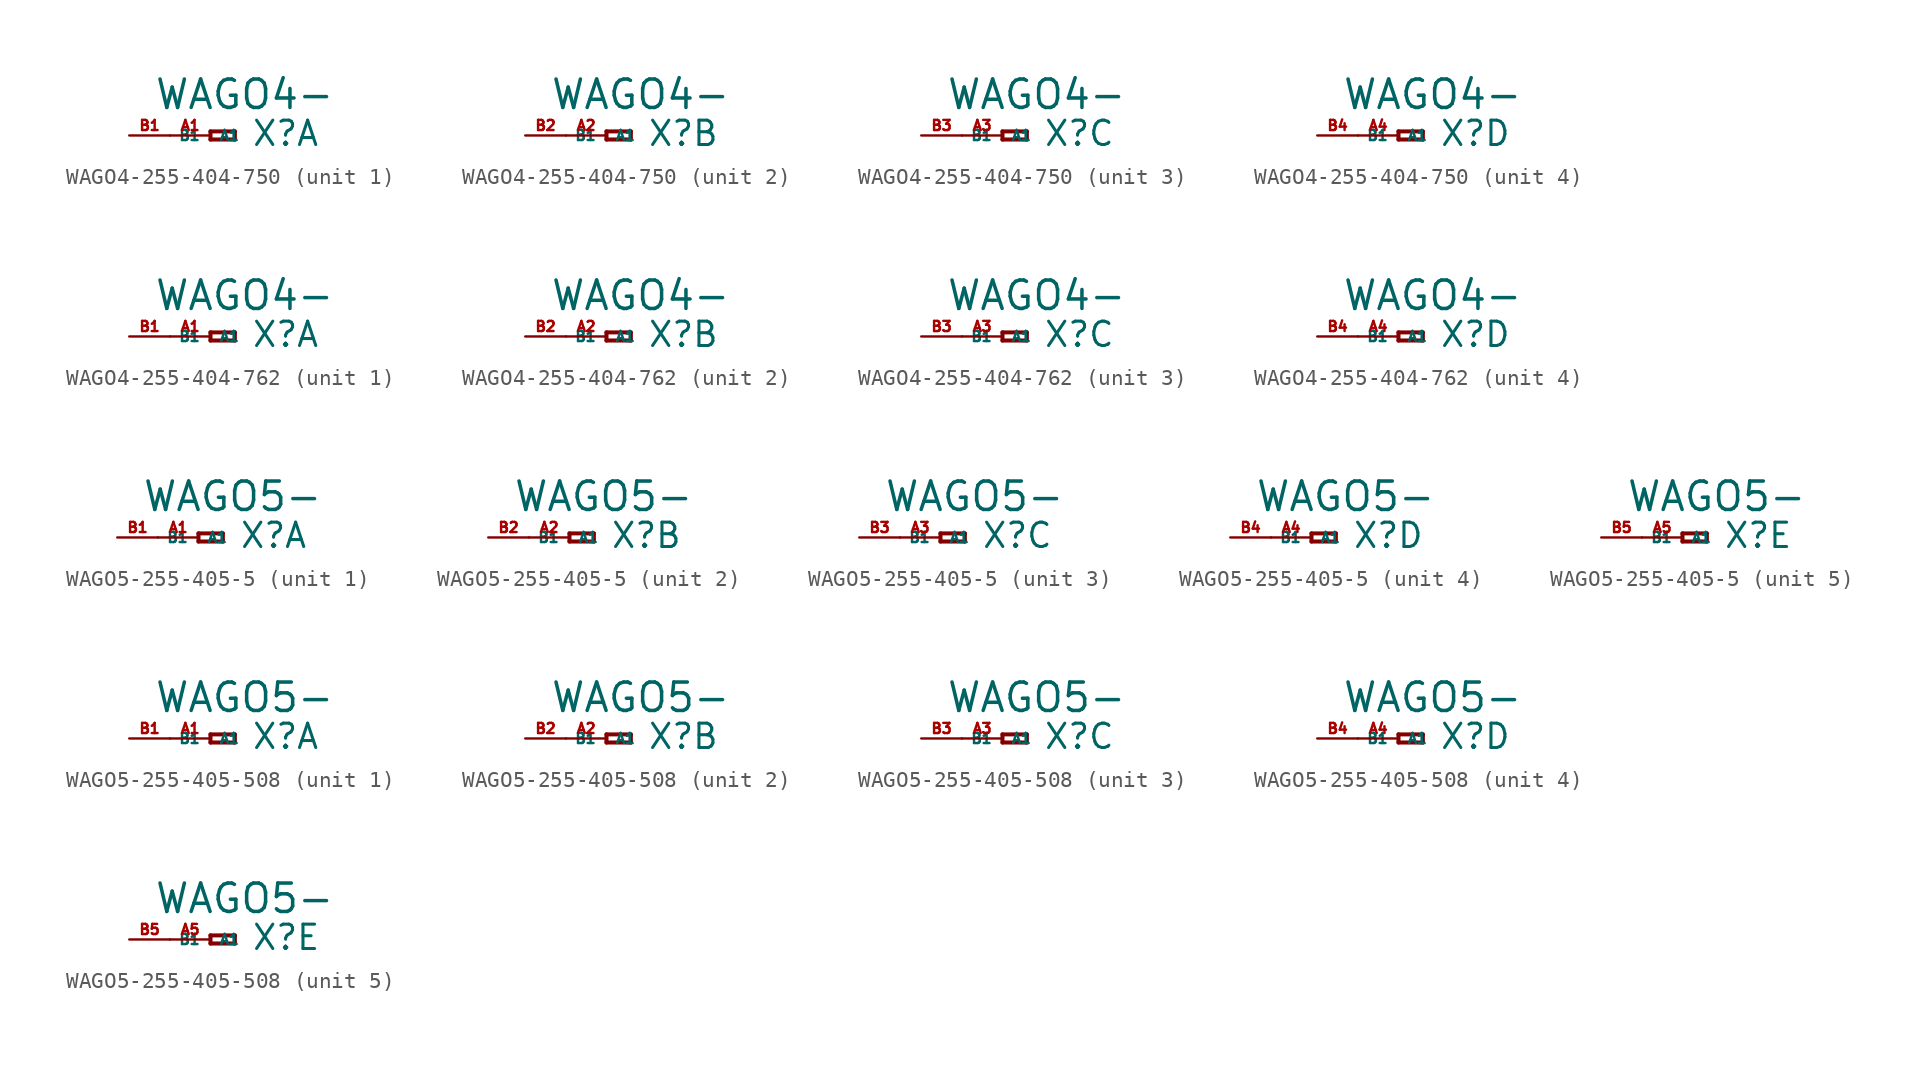
<source format=kicad_sym>
(kicad_symbol_lib
  (version 20220914)
  (generator Eagle2Kicad)
  (symbol "WAGO4-255-404-750"
    (property "Reference" "X"
      (at 2.54 -0.762 0)
      (effects (font (size 1.524 1.524) (thickness 0.19)) (justify left bottom)))
    (property "Value" "WAGO4-"
      (at -3.556 1.524 0)
      (effects (font (size 1.778 1.778) (thickness 0.22)) (justify left bottom)))
    (symbol "WAGO4-255-404-750_1_0"
      (polyline (pts (xy 0 0.254) (xy 0 -0.254)) (stroke (width 0.254) (type default)) (fill (type none)))
      (polyline (pts (xy 0 -0.254) (xy 1.524 -0.254)) (stroke (width 0.254) (type default)) (fill (type none)))
      (polyline (pts (xy 1.524 -0.254) (xy 1.524 0.254)) (stroke (width 0.254) (type default)) (fill (type none)))
      (polyline (pts (xy 1.524 0.254) (xy 0 0.254)) (stroke (width 0.254) (type default)) (fill (type none)))
      (pin passive line (at -2.54 0 0) (length 2.54) (name "A1" (effects (font (size 0.635 0.635) (thickness 0.08)) (justify left bottom))) (number "A1" (effects (font (size 0.635 0.635) (thickness 0.08)) (justify left bottom))))
      (pin passive line (at -5.08 0 0) (length 2.54) (name "B1" (effects (font (size 0.635 0.635) (thickness 0.08)) (justify left bottom))) (number "B1" (effects (font (size 0.635 0.635) (thickness 0.08)) (justify left bottom)))))
    (symbol "WAGO4-255-404-750_2_0"
      (polyline (pts (xy 0 0.254) (xy 0 -0.254)) (stroke (width 0.254) (type default)) (fill (type none)))
      (polyline (pts (xy 0 -0.254) (xy 1.524 -0.254)) (stroke (width 0.254) (type default)) (fill (type none)))
      (polyline (pts (xy 1.524 -0.254) (xy 1.524 0.254)) (stroke (width 0.254) (type default)) (fill (type none)))
      (polyline (pts (xy 1.524 0.254) (xy 0 0.254)) (stroke (width 0.254) (type default)) (fill (type none)))
      (pin passive line (at -2.54 0 0) (length 2.54) (name "A1" (effects (font (size 0.635 0.635) (thickness 0.08)) (justify left bottom))) (number "A2" (effects (font (size 0.635 0.635) (thickness 0.08)) (justify left bottom))))
      (pin passive line (at -5.08 0 0) (length 2.54) (name "B1" (effects (font (size 0.635 0.635) (thickness 0.08)) (justify left bottom))) (number "B2" (effects (font (size 0.635 0.635) (thickness 0.08)) (justify left bottom)))))
    (symbol "WAGO4-255-404-750_3_0"
      (polyline (pts (xy 0 0.254) (xy 0 -0.254)) (stroke (width 0.254) (type default)) (fill (type none)))
      (polyline (pts (xy 0 -0.254) (xy 1.524 -0.254)) (stroke (width 0.254) (type default)) (fill (type none)))
      (polyline (pts (xy 1.524 -0.254) (xy 1.524 0.254)) (stroke (width 0.254) (type default)) (fill (type none)))
      (polyline (pts (xy 1.524 0.254) (xy 0 0.254)) (stroke (width 0.254) (type default)) (fill (type none)))
      (pin passive line (at -2.54 0 0) (length 2.54) (name "A1" (effects (font (size 0.635 0.635) (thickness 0.08)) (justify left bottom))) (number "A3" (effects (font (size 0.635 0.635) (thickness 0.08)) (justify left bottom))))
      (pin passive line (at -5.08 0 0) (length 2.54) (name "B1" (effects (font (size 0.635 0.635) (thickness 0.08)) (justify left bottom))) (number "B3" (effects (font (size 0.635 0.635) (thickness 0.08)) (justify left bottom)))))
    (symbol "WAGO4-255-404-750_4_0"
      (polyline (pts (xy 0 0.254) (xy 0 -0.254)) (stroke (width 0.254) (type default)) (fill (type none)))
      (polyline (pts (xy 0 -0.254) (xy 1.524 -0.254)) (stroke (width 0.254) (type default)) (fill (type none)))
      (polyline (pts (xy 1.524 -0.254) (xy 1.524 0.254)) (stroke (width 0.254) (type default)) (fill (type none)))
      (polyline (pts (xy 1.524 0.254) (xy 0 0.254)) (stroke (width 0.254) (type default)) (fill (type none)))
      (pin passive line (at -2.54 0 0) (length 2.54) (name "A1" (effects (font (size 0.635 0.635) (thickness 0.08)) (justify left bottom))) (number "A4" (effects (font (size 0.635 0.635) (thickness 0.08)) (justify left bottom))))
      (pin passive line (at -5.08 0 0) (length 2.54) (name "B1" (effects (font (size 0.635 0.635) (thickness 0.08)) (justify left bottom))) (number "B4" (effects (font (size 0.635 0.635) (thickness 0.08)) (justify left bottom))))))
  (symbol "WAGO4-255-404-762"
    (property "Reference" "X"
      (at 2.54 -0.762 0)
      (effects (font (size 1.524 1.524) (thickness 0.19)) (justify left bottom)))
    (property "Value" "WAGO4-"
      (at -3.556 1.524 0)
      (effects (font (size 1.778 1.778) (thickness 0.22)) (justify left bottom)))
    (symbol "WAGO4-255-404-762_1_0"
      (polyline (pts (xy 0 0.254) (xy 0 -0.254)) (stroke (width 0.254) (type default)) (fill (type none)))
      (polyline (pts (xy 0 -0.254) (xy 1.524 -0.254)) (stroke (width 0.254) (type default)) (fill (type none)))
      (polyline (pts (xy 1.524 -0.254) (xy 1.524 0.254)) (stroke (width 0.254) (type default)) (fill (type none)))
      (polyline (pts (xy 1.524 0.254) (xy 0 0.254)) (stroke (width 0.254) (type default)) (fill (type none)))
      (pin passive line (at -2.54 0 0) (length 2.54) (name "A1" (effects (font (size 0.635 0.635) (thickness 0.08)) (justify left bottom))) (number "A1" (effects (font (size 0.635 0.635) (thickness 0.08)) (justify left bottom))))
      (pin passive line (at -5.08 0 0) (length 2.54) (name "B1" (effects (font (size 0.635 0.635) (thickness 0.08)) (justify left bottom))) (number "B1" (effects (font (size 0.635 0.635) (thickness 0.08)) (justify left bottom)))))
    (symbol "WAGO4-255-404-762_2_0"
      (polyline (pts (xy 0 0.254) (xy 0 -0.254)) (stroke (width 0.254) (type default)) (fill (type none)))
      (polyline (pts (xy 0 -0.254) (xy 1.524 -0.254)) (stroke (width 0.254) (type default)) (fill (type none)))
      (polyline (pts (xy 1.524 -0.254) (xy 1.524 0.254)) (stroke (width 0.254) (type default)) (fill (type none)))
      (polyline (pts (xy 1.524 0.254) (xy 0 0.254)) (stroke (width 0.254) (type default)) (fill (type none)))
      (pin passive line (at -2.54 0 0) (length 2.54) (name "A1" (effects (font (size 0.635 0.635) (thickness 0.08)) (justify left bottom))) (number "A2" (effects (font (size 0.635 0.635) (thickness 0.08)) (justify left bottom))))
      (pin passive line (at -5.08 0 0) (length 2.54) (name "B1" (effects (font (size 0.635 0.635) (thickness 0.08)) (justify left bottom))) (number "B2" (effects (font (size 0.635 0.635) (thickness 0.08)) (justify left bottom)))))
    (symbol "WAGO4-255-404-762_3_0"
      (polyline (pts (xy 0 0.254) (xy 0 -0.254)) (stroke (width 0.254) (type default)) (fill (type none)))
      (polyline (pts (xy 0 -0.254) (xy 1.524 -0.254)) (stroke (width 0.254) (type default)) (fill (type none)))
      (polyline (pts (xy 1.524 -0.254) (xy 1.524 0.254)) (stroke (width 0.254) (type default)) (fill (type none)))
      (polyline (pts (xy 1.524 0.254) (xy 0 0.254)) (stroke (width 0.254) (type default)) (fill (type none)))
      (pin passive line (at -2.54 0 0) (length 2.54) (name "A1" (effects (font (size 0.635 0.635) (thickness 0.08)) (justify left bottom))) (number "A3" (effects (font (size 0.635 0.635) (thickness 0.08)) (justify left bottom))))
      (pin passive line (at -5.08 0 0) (length 2.54) (name "B1" (effects (font (size 0.635 0.635) (thickness 0.08)) (justify left bottom))) (number "B3" (effects (font (size 0.635 0.635) (thickness 0.08)) (justify left bottom)))))
    (symbol "WAGO4-255-404-762_4_0"
      (polyline (pts (xy 0 0.254) (xy 0 -0.254)) (stroke (width 0.254) (type default)) (fill (type none)))
      (polyline (pts (xy 0 -0.254) (xy 1.524 -0.254)) (stroke (width 0.254) (type default)) (fill (type none)))
      (polyline (pts (xy 1.524 -0.254) (xy 1.524 0.254)) (stroke (width 0.254) (type default)) (fill (type none)))
      (polyline (pts (xy 1.524 0.254) (xy 0 0.254)) (stroke (width 0.254) (type default)) (fill (type none)))
      (pin passive line (at -2.54 0 0) (length 2.54) (name "A1" (effects (font (size 0.635 0.635) (thickness 0.08)) (justify left bottom))) (number "A4" (effects (font (size 0.635 0.635) (thickness 0.08)) (justify left bottom))))
      (pin passive line (at -5.08 0 0) (length 2.54) (name "B1" (effects (font (size 0.635 0.635) (thickness 0.08)) (justify left bottom))) (number "B4" (effects (font (size 0.635 0.635) (thickness 0.08)) (justify left bottom))))))
  (symbol "WAGO5-255-405-5"
    (property "Reference" "X"
      (at 2.54 -0.762 0)
      (effects (font (size 1.524 1.524) (thickness 0.19)) (justify left bottom)))
    (property "Value" "WAGO5-"
      (at -3.556 1.524 0)
      (effects (font (size 1.778 1.778) (thickness 0.22)) (justify left bottom)))
    (symbol "WAGO5-255-405-5_1_0"
      (polyline (pts (xy 0 0.254) (xy 0 -0.254)) (stroke (width 0.254) (type default)) (fill (type none)))
      (polyline (pts (xy 0 -0.254) (xy 1.524 -0.254)) (stroke (width 0.254) (type default)) (fill (type none)))
      (polyline (pts (xy 1.524 -0.254) (xy 1.524 0.254)) (stroke (width 0.254) (type default)) (fill (type none)))
      (polyline (pts (xy 1.524 0.254) (xy 0 0.254)) (stroke (width 0.254) (type default)) (fill (type none)))
      (pin passive line (at -2.54 0 0) (length 2.54) (name "A1" (effects (font (size 0.635 0.635) (thickness 0.08)) (justify left bottom))) (number "A1" (effects (font (size 0.635 0.635) (thickness 0.08)) (justify left bottom))))
      (pin passive line (at -5.08 0 0) (length 2.54) (name "B1" (effects (font (size 0.635 0.635) (thickness 0.08)) (justify left bottom))) (number "B1" (effects (font (size 0.635 0.635) (thickness 0.08)) (justify left bottom)))))
    (symbol "WAGO5-255-405-5_2_0"
      (polyline (pts (xy 0 0.254) (xy 0 -0.254)) (stroke (width 0.254) (type default)) (fill (type none)))
      (polyline (pts (xy 0 -0.254) (xy 1.524 -0.254)) (stroke (width 0.254) (type default)) (fill (type none)))
      (polyline (pts (xy 1.524 -0.254) (xy 1.524 0.254)) (stroke (width 0.254) (type default)) (fill (type none)))
      (polyline (pts (xy 1.524 0.254) (xy 0 0.254)) (stroke (width 0.254) (type default)) (fill (type none)))
      (pin passive line (at -2.54 0 0) (length 2.54) (name "A1" (effects (font (size 0.635 0.635) (thickness 0.08)) (justify left bottom))) (number "A2" (effects (font (size 0.635 0.635) (thickness 0.08)) (justify left bottom))))
      (pin passive line (at -5.08 0 0) (length 2.54) (name "B1" (effects (font (size 0.635 0.635) (thickness 0.08)) (justify left bottom))) (number "B2" (effects (font (size 0.635 0.635) (thickness 0.08)) (justify left bottom)))))
    (symbol "WAGO5-255-405-5_3_0"
      (polyline (pts (xy 0 0.254) (xy 0 -0.254)) (stroke (width 0.254) (type default)) (fill (type none)))
      (polyline (pts (xy 0 -0.254) (xy 1.524 -0.254)) (stroke (width 0.254) (type default)) (fill (type none)))
      (polyline (pts (xy 1.524 -0.254) (xy 1.524 0.254)) (stroke (width 0.254) (type default)) (fill (type none)))
      (polyline (pts (xy 1.524 0.254) (xy 0 0.254)) (stroke (width 0.254) (type default)) (fill (type none)))
      (pin passive line (at -2.54 0 0) (length 2.54) (name "A1" (effects (font (size 0.635 0.635) (thickness 0.08)) (justify left bottom))) (number "A3" (effects (font (size 0.635 0.635) (thickness 0.08)) (justify left bottom))))
      (pin passive line (at -5.08 0 0) (length 2.54) (name "B1" (effects (font (size 0.635 0.635) (thickness 0.08)) (justify left bottom))) (number "B3" (effects (font (size 0.635 0.635) (thickness 0.08)) (justify left bottom)))))
    (symbol "WAGO5-255-405-5_4_0"
      (polyline (pts (xy 0 0.254) (xy 0 -0.254)) (stroke (width 0.254) (type default)) (fill (type none)))
      (polyline (pts (xy 0 -0.254) (xy 1.524 -0.254)) (stroke (width 0.254) (type default)) (fill (type none)))
      (polyline (pts (xy 1.524 -0.254) (xy 1.524 0.254)) (stroke (width 0.254) (type default)) (fill (type none)))
      (polyline (pts (xy 1.524 0.254) (xy 0 0.254)) (stroke (width 0.254) (type default)) (fill (type none)))
      (pin passive line (at -2.54 0 0) (length 2.54) (name "A1" (effects (font (size 0.635 0.635) (thickness 0.08)) (justify left bottom))) (number "A4" (effects (font (size 0.635 0.635) (thickness 0.08)) (justify left bottom))))
      (pin passive line (at -5.08 0 0) (length 2.54) (name "B1" (effects (font (size 0.635 0.635) (thickness 0.08)) (justify left bottom))) (number "B4" (effects (font (size 0.635 0.635) (thickness 0.08)) (justify left bottom)))))
    (symbol "WAGO5-255-405-5_5_0"
      (polyline (pts (xy 0 0.254) (xy 0 -0.254)) (stroke (width 0.254) (type default)) (fill (type none)))
      (polyline (pts (xy 0 -0.254) (xy 1.524 -0.254)) (stroke (width 0.254) (type default)) (fill (type none)))
      (polyline (pts (xy 1.524 -0.254) (xy 1.524 0.254)) (stroke (width 0.254) (type default)) (fill (type none)))
      (polyline (pts (xy 1.524 0.254) (xy 0 0.254)) (stroke (width 0.254) (type default)) (fill (type none)))
      (pin passive line (at -2.54 0 0) (length 2.54) (name "A1" (effects (font (size 0.635 0.635) (thickness 0.08)) (justify left bottom))) (number "A5" (effects (font (size 0.635 0.635) (thickness 0.08)) (justify left bottom))))
      (pin passive line (at -5.08 0 0) (length 2.54) (name "B1" (effects (font (size 0.635 0.635) (thickness 0.08)) (justify left bottom))) (number "B5" (effects (font (size 0.635 0.635) (thickness 0.08)) (justify left bottom))))))
  (symbol "WAGO5-255-405-508"
    (property "Reference" "X"
      (at 2.54 -0.762 0)
      (effects (font (size 1.524 1.524) (thickness 0.19)) (justify left bottom)))
    (property "Value" "WAGO5-"
      (at -3.556 1.524 0)
      (effects (font (size 1.778 1.778) (thickness 0.22)) (justify left bottom)))
    (symbol "WAGO5-255-405-508_1_0"
      (polyline (pts (xy 0 0.254) (xy 0 -0.254)) (stroke (width 0.254) (type default)) (fill (type none)))
      (polyline (pts (xy 0 -0.254) (xy 1.524 -0.254)) (stroke (width 0.254) (type default)) (fill (type none)))
      (polyline (pts (xy 1.524 -0.254) (xy 1.524 0.254)) (stroke (width 0.254) (type default)) (fill (type none)))
      (polyline (pts (xy 1.524 0.254) (xy 0 0.254)) (stroke (width 0.254) (type default)) (fill (type none)))
      (pin passive line (at -2.54 0 0) (length 2.54) (name "A1" (effects (font (size 0.635 0.635) (thickness 0.08)) (justify left bottom))) (number "A1" (effects (font (size 0.635 0.635) (thickness 0.08)) (justify left bottom))))
      (pin passive line (at -5.08 0 0) (length 2.54) (name "B1" (effects (font (size 0.635 0.635) (thickness 0.08)) (justify left bottom))) (number "B1" (effects (font (size 0.635 0.635) (thickness 0.08)) (justify left bottom)))))
    (symbol "WAGO5-255-405-508_2_0"
      (polyline (pts (xy 0 0.254) (xy 0 -0.254)) (stroke (width 0.254) (type default)) (fill (type none)))
      (polyline (pts (xy 0 -0.254) (xy 1.524 -0.254)) (stroke (width 0.254) (type default)) (fill (type none)))
      (polyline (pts (xy 1.524 -0.254) (xy 1.524 0.254)) (stroke (width 0.254) (type default)) (fill (type none)))
      (polyline (pts (xy 1.524 0.254) (xy 0 0.254)) (stroke (width 0.254) (type default)) (fill (type none)))
      (pin passive line (at -2.54 0 0) (length 2.54) (name "A1" (effects (font (size 0.635 0.635) (thickness 0.08)) (justify left bottom))) (number "A2" (effects (font (size 0.635 0.635) (thickness 0.08)) (justify left bottom))))
      (pin passive line (at -5.08 0 0) (length 2.54) (name "B1" (effects (font (size 0.635 0.635) (thickness 0.08)) (justify left bottom))) (number "B2" (effects (font (size 0.635 0.635) (thickness 0.08)) (justify left bottom)))))
    (symbol "WAGO5-255-405-508_3_0"
      (polyline (pts (xy 0 0.254) (xy 0 -0.254)) (stroke (width 0.254) (type default)) (fill (type none)))
      (polyline (pts (xy 0 -0.254) (xy 1.524 -0.254)) (stroke (width 0.254) (type default)) (fill (type none)))
      (polyline (pts (xy 1.524 -0.254) (xy 1.524 0.254)) (stroke (width 0.254) (type default)) (fill (type none)))
      (polyline (pts (xy 1.524 0.254) (xy 0 0.254)) (stroke (width 0.254) (type default)) (fill (type none)))
      (pin passive line (at -2.54 0 0) (length 2.54) (name "A1" (effects (font (size 0.635 0.635) (thickness 0.08)) (justify left bottom))) (number "A3" (effects (font (size 0.635 0.635) (thickness 0.08)) (justify left bottom))))
      (pin passive line (at -5.08 0 0) (length 2.54) (name "B1" (effects (font (size 0.635 0.635) (thickness 0.08)) (justify left bottom))) (number "B3" (effects (font (size 0.635 0.635) (thickness 0.08)) (justify left bottom)))))
    (symbol "WAGO5-255-405-508_4_0"
      (polyline (pts (xy 0 0.254) (xy 0 -0.254)) (stroke (width 0.254) (type default)) (fill (type none)))
      (polyline (pts (xy 0 -0.254) (xy 1.524 -0.254)) (stroke (width 0.254) (type default)) (fill (type none)))
      (polyline (pts (xy 1.524 -0.254) (xy 1.524 0.254)) (stroke (width 0.254) (type default)) (fill (type none)))
      (polyline (pts (xy 1.524 0.254) (xy 0 0.254)) (stroke (width 0.254) (type default)) (fill (type none)))
      (pin passive line (at -2.54 0 0) (length 2.54) (name "A1" (effects (font (size 0.635 0.635) (thickness 0.08)) (justify left bottom))) (number "A4" (effects (font (size 0.635 0.635) (thickness 0.08)) (justify left bottom))))
      (pin passive line (at -5.08 0 0) (length 2.54) (name "B1" (effects (font (size 0.635 0.635) (thickness 0.08)) (justify left bottom))) (number "B4" (effects (font (size 0.635 0.635) (thickness 0.08)) (justify left bottom)))))
    (symbol "WAGO5-255-405-508_5_0"
      (polyline (pts (xy 0 0.254) (xy 0 -0.254)) (stroke (width 0.254) (type default)) (fill (type none)))
      (polyline (pts (xy 0 -0.254) (xy 1.524 -0.254)) (stroke (width 0.254) (type default)) (fill (type none)))
      (polyline (pts (xy 1.524 -0.254) (xy 1.524 0.254)) (stroke (width 0.254) (type default)) (fill (type none)))
      (polyline (pts (xy 1.524 0.254) (xy 0 0.254)) (stroke (width 0.254) (type default)) (fill (type none)))
      (pin passive line (at -2.54 0 0) (length 2.54) (name "A1" (effects (font (size 0.635 0.635) (thickness 0.08)) (justify left bottom))) (number "A5" (effects (font (size 0.635 0.635) (thickness 0.08)) (justify left bottom))))
      (pin passive line (at -5.08 0 0) (length 2.54) (name "B1" (effects (font (size 0.635 0.635) (thickness 0.08)) (justify left bottom))) (number "B5" (effects (font (size 0.635 0.635) (thickness 0.08)) (justify left bottom)))))))
</source>
